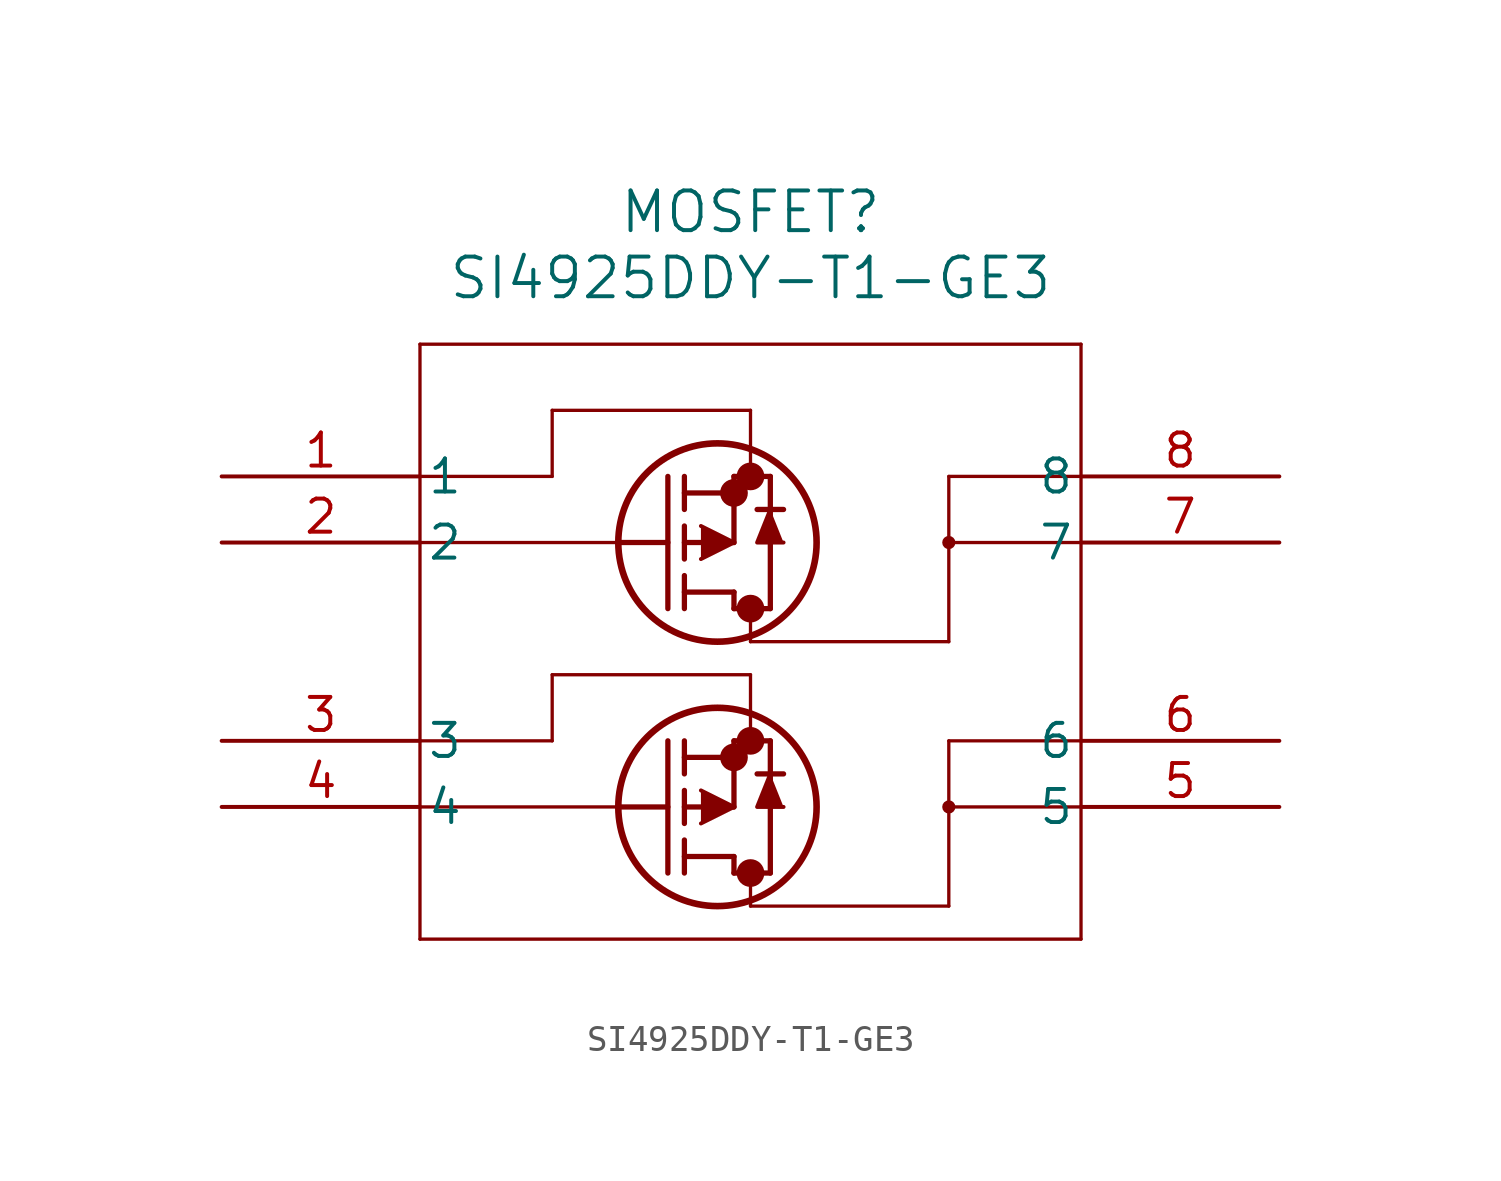
<source format=kicad_sym>
(kicad_symbol_lib
  (version 20211014)
  (generator kicad_symbol_editor)
  (symbol "SI4925DDY-T1-GE3"
    (pin_names
      (offset 0.254))
    (property "Reference" "MOSFET"
      (at 20.32 10.16 0)
      (effects (font (size 1.524 1.524))))
    (property "Value" "SI4925DDY-T1-GE3"
      (at 20.32 7.62 0)
      (effects (font (size 1.524 1.524))))
    (symbol "SI4925DDY-T1-GE3_0_1"
      (polyline (pts (xy 7.62 5.08) (xy 7.62 -17.78)) (stroke (width 0.127) (type default) (color 0 0 0 0)) (fill (type none)))
      (polyline (pts (xy 7.62 -17.78) (xy 33.02 -17.78)) (stroke (width 0.127) (type default) (color 0 0 0 0)) (fill (type none)))
      (polyline (pts (xy 33.02 -17.78) (xy 33.02 5.08)) (stroke (width 0.127) (type default) (color 0 0 0 0)) (fill (type none)))
      (polyline (pts (xy 33.02 5.08) (xy 7.62 5.08)) (stroke (width 0.127) (type default) (color 0 0 0 0)) (fill (type none)))
      (circle (center 20.32 -5.08) (radius 0.025) (stroke (width 0.508) (type default) (color 0 0 0 0)) (fill (type none)))
      (polyline (pts (xy 19.685 -5.08) (xy 21.082 -5.08)) (stroke (width 0.203) (type default) (color 0 0 0 0)) (fill (type none)))
      (circle (center 20.32 0) (radius 0.025) (stroke (width 0.508) (type default) (color 0 0 0 0)) (fill (type none)))
      (circle (center 19.685 -0.635) (radius 0.025) (stroke (width 0.508) (type default) (color 0 0 0 0)) (fill (type none)))
      (circle (center 19.05 -2.54) (radius 3.81) (stroke (width 0.254) (type default) (color 0 0 0 0)) (fill (type none)))
      (polyline (pts (xy 15.24 -2.54) (xy 17.145 -2.54)) (stroke (width 0.203) (type default) (color 0 0 0 0)) (fill (type none)))
      (polyline (pts (xy 17.145 0) (xy 17.145 -5.08)) (stroke (width 0.203) (type default) (color 0 0 0 0)) (fill (type none)))
      (polyline (pts (xy 17.78 -1.905) (xy 17.78 -3.175)) (stroke (width 0.203) (type default) (color 0 0 0 0)) (fill (type none)))
      (polyline (pts (xy 17.78 0) (xy 17.78 -1.27)) (stroke (width 0.203) (type default) (color 0 0 0 0)) (fill (type none)))
      (polyline (pts (xy 17.78 -3.81) (xy 17.78 -5.08)) (stroke (width 0.203) (type default) (color 0 0 0 0)) (fill (type none)))
      (polyline (pts (xy 17.78 -2.54) (xy 19.685 -2.54)) (stroke (width 0.203) (type default) (color 0 0 0 0)) (fill (type none)))
      (polyline (pts (xy 17.78 -0.635) (xy 19.685 -0.635)) (stroke (width 0.203) (type default) (color 0 0 0 0)) (fill (type none)))
      (polyline (pts (xy 19.685 0) (xy 19.685 -2.54)) (stroke (width 0.203) (type default) (color 0 0 0 0)) (fill (type none)))
      (polyline (pts (xy 19.685 0) (xy 21.082 0)) (stroke (width 0.203) (type default) (color 0 0 0 0)) (fill (type none)))
      (polyline (pts (xy 17.78 -4.445) (xy 19.685 -4.445)) (stroke (width 0.203) (type default) (color 0 0 0 0)) (fill (type none)))
      (polyline (pts (xy 21.082 0) (xy 21.082 -5.08)) (stroke (width 0.203) (type default) (color 0 0 0 0)) (fill (type none)))
      (circle (center 20.32 -15.24) (radius 0.025) (stroke (width 0.508) (type default) (color 0 0 0 0)) (fill (type none)))
      (polyline (pts (xy 21.59 -1.27) (xy 20.574 -1.27)) (stroke (width 0.203) (type default) (color 0 0 0 0)) (fill (type none)))
      (polyline (pts (xy 19.685 -4.445) (xy 19.685 -5.08)) (stroke (width 0.203) (type default) (color 0 0 0 0)) (fill (type none)))
      (polyline (pts (xy 18.415 -3.175) (xy 19.685 -2.54) (xy 18.415 -1.905)) (stroke (width 0) (type default) (color 0 0 0 0)) (fill (type outline)))
      (polyline (pts (xy 21.59 -2.54) (xy 20.574 -2.54) (xy 21.082 -1.27)) (stroke (width 0) (type default) (color 0 0 0 0)) (fill (type outline)))
      (polyline (pts (xy 7.62 0) (xy 12.7 0)) (stroke (width 0.127) (type default) (color 0 0 0 0)) (fill (type none)))
      (polyline (pts (xy 12.7 0) (xy 12.7 2.54)) (stroke (width 0.127) (type default) (color 0 0 0 0)) (fill (type none)))
      (polyline (pts (xy 12.7 2.54) (xy 20.32 2.54)) (stroke (width 0.127) (type default) (color 0 0 0 0)) (fill (type none)))
      (polyline (pts (xy 20.32 2.54) (xy 20.32 0)) (stroke (width 0.127) (type default) (color 0 0 0 0)) (fill (type none)))
      (polyline (pts (xy 7.62 -2.54) (xy 15.24 -2.54)) (stroke (width 0.127) (type default) (color 0 0 0 0)) (fill (type none)))
      (polyline (pts (xy 33.02 0) (xy 27.94 0)) (stroke (width 0.127) (type default) (color 0 0 0 0)) (fill (type none)))
      (polyline (pts (xy 27.94 0) (xy 27.94 -6.35)) (stroke (width 0.127) (type default) (color 0 0 0 0)) (fill (type none)))
      (polyline (pts (xy 27.94 -6.35) (xy 20.32 -6.35)) (stroke (width 0.127) (type default) (color 0 0 0 0)) (fill (type none)))
      (polyline (pts (xy 20.32 -5.08) (xy 20.32 -6.35)) (stroke (width 0.127) (type default) (color 0 0 0 0)) (fill (type none)))
      (polyline (pts (xy 33.02 -2.54) (xy 27.94 -2.54)) (stroke (width 0.127) (type default) (color 0 0 0 0)) (fill (type none)))
      (circle (center 27.94 -2.54) (radius 0.127) (stroke (width 0.254) (type default) (color 0 0 0 0)) (fill (type none)))
      (polyline (pts (xy 19.685 -15.24) (xy 21.082 -15.24)) (stroke (width 0.203) (type default) (color 0 0 0 0)) (fill (type none)))
      (circle (center 20.32 -10.16) (radius 0.025) (stroke (width 0.508) (type default) (color 0 0 0 0)) (fill (type none)))
      (circle (center 19.685 -10.795) (radius 0.025) (stroke (width 0.508) (type default) (color 0 0 0 0)) (fill (type none)))
      (circle (center 19.05 -12.7) (radius 3.81) (stroke (width 0.254) (type default) (color 0 0 0 0)) (fill (type none)))
      (polyline (pts (xy 15.24 -12.7) (xy 17.145 -12.7)) (stroke (width 0.203) (type default) (color 0 0 0 0)) (fill (type none)))
      (polyline (pts (xy 17.145 -10.16) (xy 17.145 -15.24)) (stroke (width 0.203) (type default) (color 0 0 0 0)) (fill (type none)))
      (polyline (pts (xy 17.78 -12.065) (xy 17.78 -13.335)) (stroke (width 0.203) (type default) (color 0 0 0 0)) (fill (type none)))
      (polyline (pts (xy 17.78 -10.16) (xy 17.78 -11.43)) (stroke (width 0.203) (type default) (color 0 0 0 0)) (fill (type none)))
      (polyline (pts (xy 17.78 -13.97) (xy 17.78 -15.24)) (stroke (width 0.203) (type default) (color 0 0 0 0)) (fill (type none)))
      (polyline (pts (xy 17.78 -12.7) (xy 19.685 -12.7)) (stroke (width 0.203) (type default) (color 0 0 0 0)) (fill (type none)))
      (polyline (pts (xy 17.78 -10.795) (xy 19.685 -10.795)) (stroke (width 0.203) (type default) (color 0 0 0 0)) (fill (type none)))
      (polyline (pts (xy 19.685 -10.16) (xy 19.685 -12.7)) (stroke (width 0.203) (type default) (color 0 0 0 0)) (fill (type none)))
      (polyline (pts (xy 19.685 -10.16) (xy 21.082 -10.16)) (stroke (width 0.203) (type default) (color 0 0 0 0)) (fill (type none)))
      (polyline (pts (xy 17.78 -14.605) (xy 19.685 -14.605)) (stroke (width 0.203) (type default) (color 0 0 0 0)) (fill (type none)))
      (polyline (pts (xy 21.082 -10.16) (xy 21.082 -15.24)) (stroke (width 0.203) (type default) (color 0 0 0 0)) (fill (type none)))
      (polyline (pts (xy 21.59 -11.43) (xy 20.574 -11.43)) (stroke (width 0.203) (type default) (color 0 0 0 0)) (fill (type none)))
      (polyline (pts (xy 19.685 -14.605) (xy 19.685 -15.24)) (stroke (width 0.203) (type default) (color 0 0 0 0)) (fill (type none)))
      (polyline (pts (xy 7.62 -10.16) (xy 12.7 -10.16)) (stroke (width 0.127) (type default) (color 0 0 0 0)) (fill (type none)))
      (polyline (pts (xy 12.7 -10.16) (xy 12.7 -7.62)) (stroke (width 0.127) (type default) (color 0 0 0 0)) (fill (type none)))
      (polyline (pts (xy 12.7 -7.62) (xy 20.32 -7.62)) (stroke (width 0.127) (type default) (color 0 0 0 0)) (fill (type none)))
      (polyline (pts (xy 20.32 -7.62) (xy 20.32 -10.16)) (stroke (width 0.127) (type default) (color 0 0 0 0)) (fill (type none)))
      (polyline (pts (xy 7.62 -12.7) (xy 15.24 -12.7)) (stroke (width 0.127) (type default) (color 0 0 0 0)) (fill (type none)))
      (polyline (pts (xy 33.02 -10.16) (xy 27.94 -10.16)) (stroke (width 0.127) (type default) (color 0 0 0 0)) (fill (type none)))
      (polyline (pts (xy 27.94 -10.16) (xy 27.94 -16.51)) (stroke (width 0.127) (type default) (color 0 0 0 0)) (fill (type none)))
      (polyline (pts (xy 27.94 -16.51) (xy 20.32 -16.51)) (stroke (width 0.127) (type default) (color 0 0 0 0)) (fill (type none)))
      (polyline (pts (xy 20.32 -15.24) (xy 20.32 -16.51)) (stroke (width 0.127) (type default) (color 0 0 0 0)) (fill (type none)))
      (polyline (pts (xy 33.02 -12.7) (xy 27.94 -12.7)) (stroke (width 0.127) (type default) (color 0 0 0 0)) (fill (type none)))
      (circle (center 27.94 -12.7) (radius 0.127) (stroke (width 0.254) (type default) (color 0 0 0 0)) (fill (type none)))
      (polyline (pts (xy 18.415 -13.335) (xy 19.685 -12.7) (xy 18.415 -12.065)) (stroke (width 0) (type default) (color 0 0 0 0)) (fill (type outline)))
      (polyline (pts (xy 21.59 -12.7) (xy 20.574 -12.7) (xy 21.082 -11.43)) (stroke (width 0) (type default) (color 0 0 0 0)) (fill (type outline)))
      (pin unspecified line (at 0 0 0) (length 7.62) (name "1" (effects (font (size 1.27 1.27)))) (number "1" (effects (font (size 1.27 1.27)))))
      (pin unspecified line (at 0 -2.54 0) (length 7.62) (name "2" (effects (font (size 1.27 1.27)))) (number "2" (effects (font (size 1.27 1.27)))))
      (pin unspecified line (at 0 -10.16 0) (length 7.62) (name "3" (effects (font (size 1.27 1.27)))) (number "3" (effects (font (size 1.27 1.27)))))
      (pin unspecified line (at 0 -12.7 0) (length 7.62) (name "4" (effects (font (size 1.27 1.27)))) (number "4" (effects (font (size 1.27 1.27)))))
      (pin unspecified line (at 40.64 -12.7 180) (length 7.62) (name "5" (effects (font (size 1.27 1.27)))) (number "5" (effects (font (size 1.27 1.27)))))
      (pin unspecified line (at 40.64 -10.16 180) (length 7.62) (name "6" (effects (font (size 1.27 1.27)))) (number "6" (effects (font (size 1.27 1.27)))))
      (pin unspecified line (at 40.64 -2.54 180) (length 7.62) (name "7" (effects (font (size 1.27 1.27)))) (number "7" (effects (font (size 1.27 1.27)))))
      (pin unspecified line (at 40.64 0 180) (length 7.62) (name "8" (effects (font (size 1.27 1.27)))) (number "8" (effects (font (size 1.27 1.27))))))))
</source>
